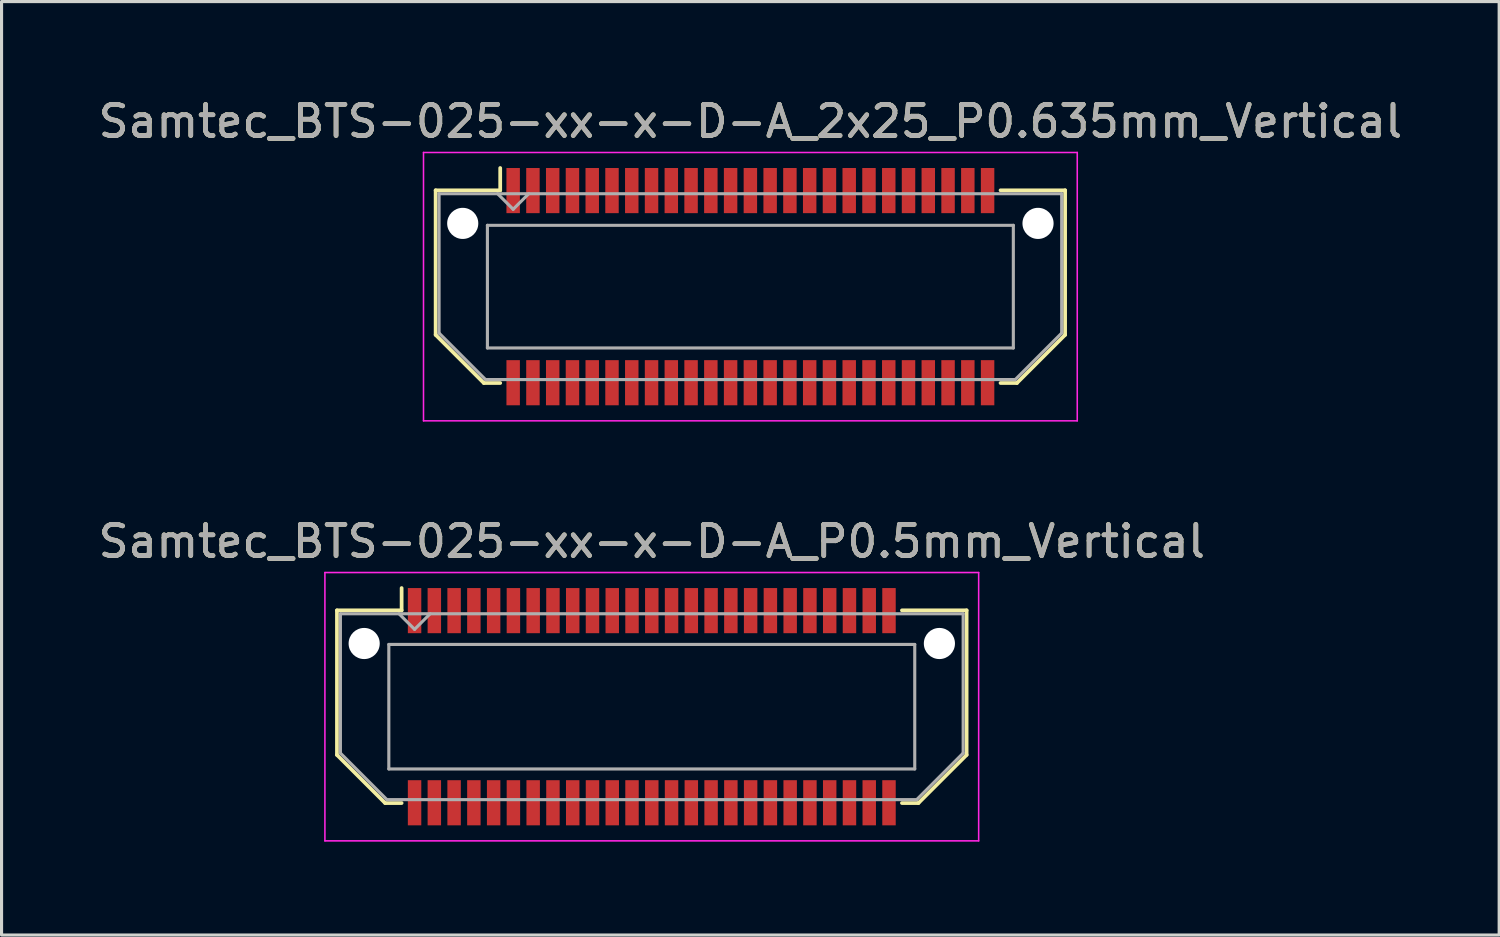
<source format=kicad_pcb>
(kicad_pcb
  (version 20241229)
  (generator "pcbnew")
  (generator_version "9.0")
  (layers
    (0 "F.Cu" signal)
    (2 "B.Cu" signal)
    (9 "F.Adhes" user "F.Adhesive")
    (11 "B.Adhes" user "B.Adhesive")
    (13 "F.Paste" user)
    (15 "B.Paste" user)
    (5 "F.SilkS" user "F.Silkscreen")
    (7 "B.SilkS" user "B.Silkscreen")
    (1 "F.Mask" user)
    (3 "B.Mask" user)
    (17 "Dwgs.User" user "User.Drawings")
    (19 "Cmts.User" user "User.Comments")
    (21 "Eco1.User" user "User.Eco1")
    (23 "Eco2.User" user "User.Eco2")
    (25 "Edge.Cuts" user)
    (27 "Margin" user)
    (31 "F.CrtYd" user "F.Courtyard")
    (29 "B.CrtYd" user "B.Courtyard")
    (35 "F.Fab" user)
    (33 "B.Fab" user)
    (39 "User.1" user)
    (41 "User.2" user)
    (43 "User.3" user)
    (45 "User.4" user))
  (footprint "Samtec_BTS-025-xx-x-D-A_P0.5mm_Vertical"
    (layer "F.Cu")
    (at 17.887 19.651)
    (property "Reference" "Samtec_BTS-025-xx-x-D-A_P0.5mm_Vertical" (at 0 -5.31 0) (layer "F.SilkS") (effects (font (size 1 1) (thickness 0.15))))
    (attr smd)
    (fp_line (start -10.113 -3.095) (end -10.113 1.548) (stroke (width 0.12) (type solid)) (layer "F.SilkS"))
    (fp_line (start -10.113 1.548) (end -8.565 3.095) (stroke (width 0.12) (type solid)) (layer "F.SilkS"))
    (fp_line (start -8.565 3.095) (end -8.036 3.095) (stroke (width 0.12) (type solid)) (layer "F.SilkS"))
    (fp_line (start -8.036 -3.811) (end -8.036 -3.095) (stroke (width 0.12) (type solid)) (layer "F.SilkS"))
    (fp_line (start -8.036 -3.095) (end -10.113 -3.095) (stroke (width 0.12) (type solid)) (layer "F.SilkS"))
    (fp_line (start 8.036 -3.095) (end 10.113 -3.095) (stroke (width 0.12) (type solid)) (layer "F.SilkS"))
    (fp_line (start 8.565 3.095) (end 8.036 3.095) (stroke (width 0.12) (type solid)) (layer "F.SilkS"))
    (fp_line (start 10.113 -3.095) (end 10.113 1.548) (stroke (width 0.12) (type solid)) (layer "F.SilkS"))
    (fp_line (start 10.113 1.548) (end 8.565 3.095) (stroke (width 0.12) (type solid)) (layer "F.SilkS"))
    (fp_line (start -10.5 -4.31) (end -10.5 4.31) (stroke (width 0.05) (type solid)) (layer "F.CrtYd"))
    (fp_line (start -10.5 4.31) (end 10.5 4.31) (stroke (width 0.05) (type solid)) (layer "F.CrtYd"))
    (fp_line (start 10.5 -4.31) (end -10.5 -4.31) (stroke (width 0.05) (type solid)) (layer "F.CrtYd"))
    (fp_line (start 10.5 4.31) (end 10.5 -4.31) (stroke (width 0.05) (type solid)) (layer "F.CrtYd"))
    (fp_line (start -10.002 -2.985) (end -10.002 1.492) (stroke (width 0.1) (type solid)) (layer "F.Fab"))
    (fp_line (start -10.002 -2.985) (end 10.002 -2.985) (stroke (width 0.1) (type solid)) (layer "F.Fab"))
    (fp_line (start -10.002 1.492) (end -8.51 2.985) (stroke (width 0.1) (type solid)) (layer "F.Fab"))
    (fp_line (start -8.51 2.985) (end 8.51 2.985) (stroke (width 0.1) (type solid)) (layer "F.Fab"))
    (fp_line (start -8.447 -2) (end -8.447 2) (stroke (width 0.1) (type solid)) (layer "F.Fab"))
    (fp_line (start -8.447 2) (end 8.447 2) (stroke (width 0.1) (type solid)) (layer "F.Fab"))
    (fp_line (start -7.62 -2.485) (end -8.12 -2.985) (stroke (width 0.1) (type solid)) (layer "F.Fab"))
    (fp_line (start -7.12 -2.985) (end -7.62 -2.485) (stroke (width 0.1) (type solid)) (layer "F.Fab"))
    (fp_line (start 8.447 -2) (end -8.447 -2) (stroke (width 0.1) (type solid)) (layer "F.Fab"))
    (fp_line (start 8.447 2) (end 8.447 -2) (stroke (width 0.1) (type solid)) (layer "F.Fab"))
    (fp_line (start 10.002 -2.985) (end 10.002 1.492) (stroke (width 0.1) (type solid)) (layer "F.Fab"))
    (fp_line (start 10.002 1.492) (end 8.51 2.985) (stroke (width 0.1) (type solid)) (layer "F.Fab"))
    (fp_text user "${REFERENCE}" (at 0 -5.31 0) (layer "F.Fab") (effects (font (size 1 1) (thickness 0.15))))
    (pad "" np_thru_hole circle (at -9.239 -2.03) (size 1 1) (drill 1) (layers "*.Cu" "*.Mask"))
    (pad "" np_thru_hole circle (at 9.239 -2.03) (size 1 1) (drill 1) (layers "*.Cu" "*.Mask"))
    (pad "1" smd rect (at -7.62 -3.086) (size 0.432 1.45) (layers "F.Cu" "F.Mask" "F.Paste"))
    (pad "2" smd rect (at -7.62 3.086) (size 0.432 1.45) (layers "F.Cu" "F.Mask" "F.Paste"))
    (pad "3" smd rect (at -6.985 -3.086) (size 0.432 1.45) (layers "F.Cu" "F.Mask" "F.Paste"))
    (pad "4" smd rect (at -6.985 3.086) (size 0.432 1.45) (layers "F.Cu" "F.Mask" "F.Paste"))
    (pad "5" smd rect (at -6.35 -3.086) (size 0.432 1.45) (layers "F.Cu" "F.Mask" "F.Paste"))
    (pad "6" smd rect (at -6.35 3.086) (size 0.432 1.45) (layers "F.Cu" "F.Mask" "F.Paste"))
    (pad "7" smd rect (at -5.715 -3.086) (size 0.432 1.45) (layers "F.Cu" "F.Mask" "F.Paste"))
    (pad "8" smd rect (at -5.715 3.086) (size 0.432 1.45) (layers "F.Cu" "F.Mask" "F.Paste"))
    (pad "9" smd rect (at -5.08 -3.086) (size 0.432 1.45) (layers "F.Cu" "F.Mask" "F.Paste"))
    (pad "10" smd rect (at -5.08 3.086) (size 0.432 1.45) (layers "F.Cu" "F.Mask" "F.Paste"))
    (pad "11" smd rect (at -4.445 -3.086) (size 0.432 1.45) (layers "F.Cu" "F.Mask" "F.Paste"))
    (pad "12" smd rect (at -4.445 3.086) (size 0.432 1.45) (layers "F.Cu" "F.Mask" "F.Paste"))
    (pad "13" smd rect (at -3.81 -3.086) (size 0.432 1.45) (layers "F.Cu" "F.Mask" "F.Paste"))
    (pad "14" smd rect (at -3.81 3.086) (size 0.432 1.45) (layers "F.Cu" "F.Mask" "F.Paste"))
    (pad "15" smd rect (at -3.175 -3.086) (size 0.432 1.45) (layers "F.Cu" "F.Mask" "F.Paste"))
    (pad "16" smd rect (at -3.175 3.086) (size 0.432 1.45) (layers "F.Cu" "F.Mask" "F.Paste"))
    (pad "17" smd rect (at -2.54 -3.086) (size 0.432 1.45) (layers "F.Cu" "F.Mask" "F.Paste"))
    (pad "18" smd rect (at -2.54 3.086) (size 0.432 1.45) (layers "F.Cu" "F.Mask" "F.Paste"))
    (pad "19" smd rect (at -1.905 -3.086) (size 0.432 1.45) (layers "F.Cu" "F.Mask" "F.Paste"))
    (pad "20" smd rect (at -1.905 3.086) (size 0.432 1.45) (layers "F.Cu" "F.Mask" "F.Paste"))
    (pad "21" smd rect (at -1.27 -3.086) (size 0.432 1.45) (layers "F.Cu" "F.Mask" "F.Paste"))
    (pad "22" smd rect (at -1.27 3.086) (size 0.432 1.45) (layers "F.Cu" "F.Mask" "F.Paste"))
    (pad "23" smd rect (at -0.635 -3.086) (size 0.432 1.45) (layers "F.Cu" "F.Mask" "F.Paste"))
    (pad "24" smd rect (at -0.635 3.086) (size 0.432 1.45) (layers "F.Cu" "F.Mask" "F.Paste"))
    (pad "25" smd rect (at 0 -3.086) (size 0.432 1.45) (layers "F.Cu" "F.Mask" "F.Paste"))
    (pad "26" smd rect (at 0 3.086) (size 0.432 1.45) (layers "F.Cu" "F.Mask" "F.Paste"))
    (pad "27" smd rect (at 0.635 -3.086) (size 0.432 1.45) (layers "F.Cu" "F.Mask" "F.Paste"))
    (pad "28" smd rect (at 0.635 3.086) (size 0.432 1.45) (layers "F.Cu" "F.Mask" "F.Paste"))
    (pad "29" smd rect (at 1.27 -3.086) (size 0.432 1.45) (layers "F.Cu" "F.Mask" "F.Paste"))
    (pad "30" smd rect (at 1.27 3.086) (size 0.432 1.45) (layers "F.Cu" "F.Mask" "F.Paste"))
    (pad "31" smd rect (at 1.905 -3.086) (size 0.432 1.45) (layers "F.Cu" "F.Mask" "F.Paste"))
    (pad "32" smd rect (at 1.905 3.086) (size 0.432 1.45) (layers "F.Cu" "F.Mask" "F.Paste"))
    (pad "33" smd rect (at 2.54 -3.086) (size 0.432 1.45) (layers "F.Cu" "F.Mask" "F.Paste"))
    (pad "34" smd rect (at 2.54 3.086) (size 0.432 1.45) (layers "F.Cu" "F.Mask" "F.Paste"))
    (pad "35" smd rect (at 3.175 -3.086) (size 0.432 1.45) (layers "F.Cu" "F.Mask" "F.Paste"))
    (pad "36" smd rect (at 3.175 3.086) (size 0.432 1.45) (layers "F.Cu" "F.Mask" "F.Paste"))
    (pad "37" smd rect (at 3.81 -3.086) (size 0.432 1.45) (layers "F.Cu" "F.Mask" "F.Paste"))
    (pad "38" smd rect (at 3.81 3.086) (size 0.432 1.45) (layers "F.Cu" "F.Mask" "F.Paste"))
    (pad "39" smd rect (at 4.445 -3.086) (size 0.432 1.45) (layers "F.Cu" "F.Mask" "F.Paste"))
    (pad "40" smd rect (at 4.445 3.086) (size 0.432 1.45) (layers "F.Cu" "F.Mask" "F.Paste"))
    (pad "41" smd rect (at 5.08 -3.086) (size 0.432 1.45) (layers "F.Cu" "F.Mask" "F.Paste"))
    (pad "42" smd rect (at 5.08 3.086) (size 0.432 1.45) (layers "F.Cu" "F.Mask" "F.Paste"))
    (pad "43" smd rect (at 5.715 -3.086) (size 0.432 1.45) (layers "F.Cu" "F.Mask" "F.Paste"))
    (pad "44" smd rect (at 5.715 3.086) (size 0.432 1.45) (layers "F.Cu" "F.Mask" "F.Paste"))
    (pad "45" smd rect (at 6.35 -3.086) (size 0.432 1.45) (layers "F.Cu" "F.Mask" "F.Paste"))
    (pad "46" smd rect (at 6.35 3.086) (size 0.432 1.45) (layers "F.Cu" "F.Mask" "F.Paste"))
    (pad "47" smd rect (at 6.985 -3.086) (size 0.432 1.45) (layers "F.Cu" "F.Mask" "F.Paste"))
    (pad "48" smd rect (at 6.985 3.086) (size 0.432 1.45) (layers "F.Cu" "F.Mask" "F.Paste"))
    (pad "49" smd rect (at 7.62 -3.086) (size 0.432 1.45) (layers "F.Cu" "F.Mask" "F.Paste"))
    (pad "50" smd rect (at 7.62 3.086) (size 0.432 1.45) (layers "F.Cu" "F.Mask" "F.Paste")))
  (footprint "Samtec_BTS-025-xx-x-D-A_2x25_P0.635mm_Vertical"
    (layer "F.Cu")
    (at 21.054 6.158)
    (property "Reference" "Samtec_BTS-025-xx-x-D-A_2x25_P0.635mm_Vertical" (at 0 -5.31 0) (layer "F.SilkS") (effects (font (size 1 1) (thickness 0.15))))
    (attr smd)
    (fp_line (start -10.11 -3.095) (end -10.11 1.548) (stroke (width 0.12) (type solid)) (layer "F.SilkS"))
    (fp_line (start -10.11 1.548) (end -8.562 3.095) (stroke (width 0.12) (type solid)) (layer "F.SilkS"))
    (fp_line (start -8.562 3.095) (end -8.036 3.095) (stroke (width 0.12) (type solid)) (layer "F.SilkS"))
    (fp_line (start -8.036 -3.811) (end -8.036 -3.095) (stroke (width 0.12) (type solid)) (layer "F.SilkS"))
    (fp_line (start -8.036 -3.095) (end -10.11 -3.095) (stroke (width 0.12) (type solid)) (layer "F.SilkS"))
    (fp_line (start 8.036 -3.095) (end 10.11 -3.095) (stroke (width 0.12) (type solid)) (layer "F.SilkS"))
    (fp_line (start 8.562 3.095) (end 8.036 3.095) (stroke (width 0.12) (type solid)) (layer "F.SilkS"))
    (fp_line (start 10.11 -3.095) (end 10.11 1.548) (stroke (width 0.12) (type solid)) (layer "F.SilkS"))
    (fp_line (start 10.11 1.548) (end 8.562 3.095) (stroke (width 0.12) (type solid)) (layer "F.SilkS"))
    (fp_line (start -10.5 -4.31) (end -10.5 4.31) (stroke (width 0.05) (type solid)) (layer "F.CrtYd"))
    (fp_line (start -10.5 4.31) (end 10.5 4.31) (stroke (width 0.05) (type solid)) (layer "F.CrtYd"))
    (fp_line (start 10.5 -4.31) (end -10.5 -4.31) (stroke (width 0.05) (type solid)) (layer "F.CrtYd"))
    (fp_line (start 10.5 4.31) (end 10.5 -4.31) (stroke (width 0.05) (type solid)) (layer "F.CrtYd"))
    (fp_line (start -10 -2.985) (end -10 1.492) (stroke (width 0.1) (type solid)) (layer "F.Fab"))
    (fp_line (start -10 -2.985) (end 10 -2.985) (stroke (width 0.1) (type solid)) (layer "F.Fab"))
    (fp_line (start -10 1.492) (end -8.508 2.985) (stroke (width 0.1) (type solid)) (layer "F.Fab"))
    (fp_line (start -8.508 2.985) (end 8.508 2.985) (stroke (width 0.1) (type solid)) (layer "F.Fab"))
    (fp_line (start -8.447 -1.97) (end -8.447 1.97) (stroke (width 0.1) (type solid)) (layer "F.Fab"))
    (fp_line (start -8.447 1.97) (end 8.447 1.97) (stroke (width 0.1) (type solid)) (layer "F.Fab"))
    (fp_line (start -7.62 -2.485) (end -8.12 -2.985) (stroke (width 0.1) (type solid)) (layer "F.Fab"))
    (fp_line (start -7.12 -2.985) (end -7.62 -2.485) (stroke (width 0.1) (type solid)) (layer "F.Fab"))
    (fp_line (start 8.447 -1.97) (end -8.447 -1.97) (stroke (width 0.1) (type solid)) (layer "F.Fab"))
    (fp_line (start 8.447 1.97) (end 8.447 -1.97) (stroke (width 0.1) (type solid)) (layer "F.Fab"))
    (fp_line (start 10 -2.985) (end 10 1.492) (stroke (width 0.1) (type solid)) (layer "F.Fab"))
    (fp_line (start 10 1.492) (end 8.508 2.985) (stroke (width 0.1) (type solid)) (layer "F.Fab"))
    (fp_text user "${REFERENCE}" (at 0 -5.31 0) (layer "F.Fab") (effects (font (size 1 1) (thickness 0.15))))
    (pad "" np_thru_hole circle (at -9.24 -2.032) (size 1 1) (drill 1) (layers "*.Cu" "*.Mask"))
    (pad "" np_thru_hole circle (at 9.24 -2.032) (size 1 1) (drill 1) (layers "*.Cu" "*.Mask"))
    (pad "1" smd rect (at -7.62 -3.086) (size 0.432 1.45) (layers "F.Cu" "F.Mask" "F.Paste"))
    (pad "2" smd rect (at -7.62 3.086) (size 0.432 1.45) (layers "F.Cu" "F.Mask" "F.Paste"))
    (pad "3" smd rect (at -6.985 -3.086) (size 0.432 1.45) (layers "F.Cu" "F.Mask" "F.Paste"))
    (pad "4" smd rect (at -6.985 3.086) (size 0.432 1.45) (layers "F.Cu" "F.Mask" "F.Paste"))
    (pad "5" smd rect (at -6.35 -3.086) (size 0.432 1.45) (layers "F.Cu" "F.Mask" "F.Paste"))
    (pad "6" smd rect (at -6.35 3.086) (size 0.432 1.45) (layers "F.Cu" "F.Mask" "F.Paste"))
    (pad "7" smd rect (at -5.715 -3.086) (size 0.432 1.45) (layers "F.Cu" "F.Mask" "F.Paste"))
    (pad "8" smd rect (at -5.715 3.086) (size 0.432 1.45) (layers "F.Cu" "F.Mask" "F.Paste"))
    (pad "9" smd rect (at -5.08 -3.086) (size 0.432 1.45) (layers "F.Cu" "F.Mask" "F.Paste"))
    (pad "10" smd rect (at -5.08 3.086) (size 0.432 1.45) (layers "F.Cu" "F.Mask" "F.Paste"))
    (pad "11" smd rect (at -4.445 -3.086) (size 0.432 1.45) (layers "F.Cu" "F.Mask" "F.Paste"))
    (pad "12" smd rect (at -4.445 3.086) (size 0.432 1.45) (layers "F.Cu" "F.Mask" "F.Paste"))
    (pad "13" smd rect (at -3.81 -3.086) (size 0.432 1.45) (layers "F.Cu" "F.Mask" "F.Paste"))
    (pad "14" smd rect (at -3.81 3.086) (size 0.432 1.45) (layers "F.Cu" "F.Mask" "F.Paste"))
    (pad "15" smd rect (at -3.175 -3.086) (size 0.432 1.45) (layers "F.Cu" "F.Mask" "F.Paste"))
    (pad "16" smd rect (at -3.175 3.086) (size 0.432 1.45) (layers "F.Cu" "F.Mask" "F.Paste"))
    (pad "17" smd rect (at -2.54 -3.086) (size 0.432 1.45) (layers "F.Cu" "F.Mask" "F.Paste"))
    (pad "18" smd rect (at -2.54 3.086) (size 0.432 1.45) (layers "F.Cu" "F.Mask" "F.Paste"))
    (pad "19" smd rect (at -1.905 -3.086) (size 0.432 1.45) (layers "F.Cu" "F.Mask" "F.Paste"))
    (pad "20" smd rect (at -1.905 3.086) (size 0.432 1.45) (layers "F.Cu" "F.Mask" "F.Paste"))
    (pad "21" smd rect (at -1.27 -3.086) (size 0.432 1.45) (layers "F.Cu" "F.Mask" "F.Paste"))
    (pad "22" smd rect (at -1.27 3.086) (size 0.432 1.45) (layers "F.Cu" "F.Mask" "F.Paste"))
    (pad "23" smd rect (at -0.635 -3.086) (size 0.432 1.45) (layers "F.Cu" "F.Mask" "F.Paste"))
    (pad "24" smd rect (at -0.635 3.086) (size 0.432 1.45) (layers "F.Cu" "F.Mask" "F.Paste"))
    (pad "25" smd rect (at 0 -3.086) (size 0.432 1.45) (layers "F.Cu" "F.Mask" "F.Paste"))
    (pad "26" smd rect (at 0 3.086) (size 0.432 1.45) (layers "F.Cu" "F.Mask" "F.Paste"))
    (pad "27" smd rect (at 0.635 -3.086) (size 0.432 1.45) (layers "F.Cu" "F.Mask" "F.Paste"))
    (pad "28" smd rect (at 0.635 3.086) (size 0.432 1.45) (layers "F.Cu" "F.Mask" "F.Paste"))
    (pad "29" smd rect (at 1.27 -3.086) (size 0.432 1.45) (layers "F.Cu" "F.Mask" "F.Paste"))
    (pad "30" smd rect (at 1.27 3.086) (size 0.432 1.45) (layers "F.Cu" "F.Mask" "F.Paste"))
    (pad "31" smd rect (at 1.905 -3.086) (size 0.432 1.45) (layers "F.Cu" "F.Mask" "F.Paste"))
    (pad "32" smd rect (at 1.905 3.086) (size 0.432 1.45) (layers "F.Cu" "F.Mask" "F.Paste"))
    (pad "33" smd rect (at 2.54 -3.086) (size 0.432 1.45) (layers "F.Cu" "F.Mask" "F.Paste"))
    (pad "34" smd rect (at 2.54 3.086) (size 0.432 1.45) (layers "F.Cu" "F.Mask" "F.Paste"))
    (pad "35" smd rect (at 3.175 -3.086) (size 0.432 1.45) (layers "F.Cu" "F.Mask" "F.Paste"))
    (pad "36" smd rect (at 3.175 3.086) (size 0.432 1.45) (layers "F.Cu" "F.Mask" "F.Paste"))
    (pad "37" smd rect (at 3.81 -3.086) (size 0.432 1.45) (layers "F.Cu" "F.Mask" "F.Paste"))
    (pad "38" smd rect (at 3.81 3.086) (size 0.432 1.45) (layers "F.Cu" "F.Mask" "F.Paste"))
    (pad "39" smd rect (at 4.445 -3.086) (size 0.432 1.45) (layers "F.Cu" "F.Mask" "F.Paste"))
    (pad "40" smd rect (at 4.445 3.086) (size 0.432 1.45) (layers "F.Cu" "F.Mask" "F.Paste"))
    (pad "41" smd rect (at 5.08 -3.086) (size 0.432 1.45) (layers "F.Cu" "F.Mask" "F.Paste"))
    (pad "42" smd rect (at 5.08 3.086) (size 0.432 1.45) (layers "F.Cu" "F.Mask" "F.Paste"))
    (pad "43" smd rect (at 5.715 -3.086) (size 0.432 1.45) (layers "F.Cu" "F.Mask" "F.Paste"))
    (pad "44" smd rect (at 5.715 3.086) (size 0.432 1.45) (layers "F.Cu" "F.Mask" "F.Paste"))
    (pad "45" smd rect (at 6.35 -3.086) (size 0.432 1.45) (layers "F.Cu" "F.Mask" "F.Paste"))
    (pad "46" smd rect (at 6.35 3.086) (size 0.432 1.45) (layers "F.Cu" "F.Mask" "F.Paste"))
    (pad "47" smd rect (at 6.985 -3.086) (size 0.432 1.45) (layers "F.Cu" "F.Mask" "F.Paste"))
    (pad "48" smd rect (at 6.985 3.086) (size 0.432 1.45) (layers "F.Cu" "F.Mask" "F.Paste"))
    (pad "49" smd rect (at 7.62 -3.086) (size 0.432 1.45) (layers "F.Cu" "F.Mask" "F.Paste"))
    (pad "50" smd rect (at 7.62 3.086) (size 0.432 1.45) (layers "F.Cu" "F.Mask" "F.Paste")))
  (gr_rect
    (start -3 -3)
    (end 45.107 26.986)
    (stroke (width 0.1) (type default))
    (fill no)
    (layer "Edge.Cuts")))
</source>
